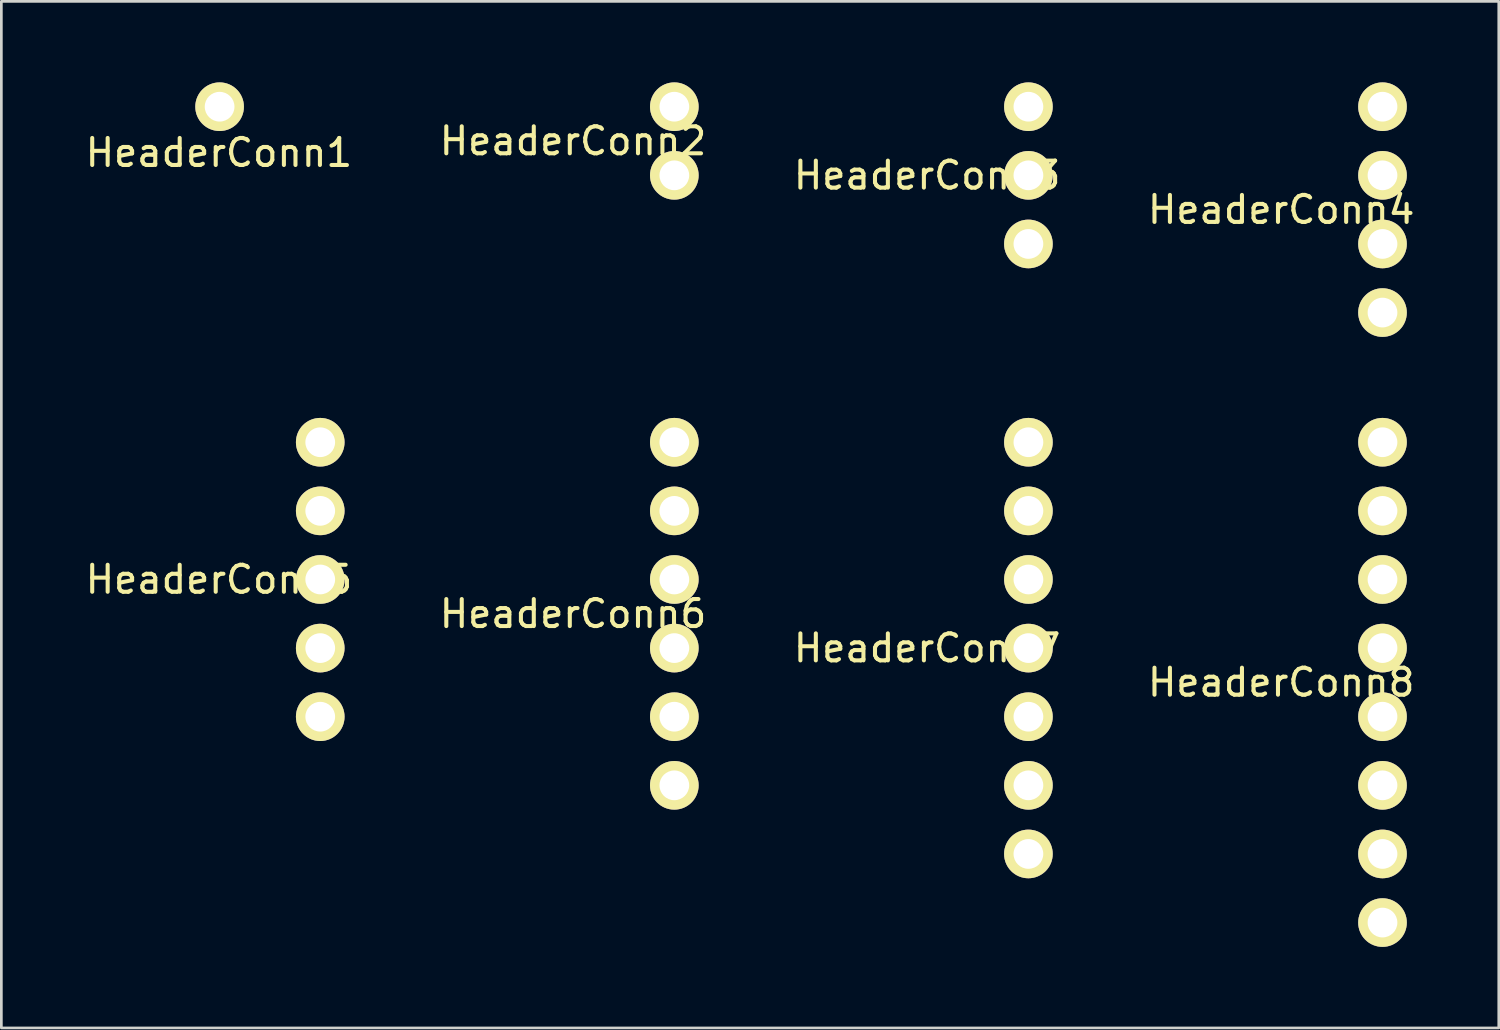
<source format=kicad_pcb>
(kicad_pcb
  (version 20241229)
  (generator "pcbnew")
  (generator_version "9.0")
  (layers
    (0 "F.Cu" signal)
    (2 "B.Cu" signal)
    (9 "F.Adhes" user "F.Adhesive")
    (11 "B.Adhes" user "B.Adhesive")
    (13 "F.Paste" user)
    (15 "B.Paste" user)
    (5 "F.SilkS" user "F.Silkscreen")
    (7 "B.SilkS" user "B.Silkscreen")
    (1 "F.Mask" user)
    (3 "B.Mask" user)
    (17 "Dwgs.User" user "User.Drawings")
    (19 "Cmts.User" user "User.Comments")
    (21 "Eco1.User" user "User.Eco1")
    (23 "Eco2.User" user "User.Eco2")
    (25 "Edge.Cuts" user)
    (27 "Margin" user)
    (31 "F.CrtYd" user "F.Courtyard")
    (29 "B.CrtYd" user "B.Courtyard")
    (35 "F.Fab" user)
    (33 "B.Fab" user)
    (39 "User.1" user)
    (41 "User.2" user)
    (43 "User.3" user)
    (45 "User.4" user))
  (footprint "HeaderConn5"
    (layer "F.Cu")
    (at 8.804 18.4)
    (property "Reference" "HeaderConn5" (at -3.75 0 0) (layer "F.SilkS") (effects (font (size 1 1) (thickness 0.15))))
    (attr through_hole)
    (pad "1" thru_hole circle (at 0 -5.08) (size 1.8 1.8) (drill 1.1) (layers "*.Cu" "*.Mask" "F.SilkS"))
    (pad "2" thru_hole circle (at 0 -2.54) (size 1.8 1.8) (drill 1.1) (layers "*.Cu" "*.Mask" "F.SilkS"))
    (pad "3" thru_hole circle (at 0 0) (size 1.8 1.8) (drill 1.1) (layers "*.Cu" "*.Mask" "F.SilkS"))
    (pad "4" thru_hole circle (at 0 2.54) (size 1.8 1.8) (drill 1.1) (layers "*.Cu" "*.Mask" "F.SilkS"))
    (pad "5" thru_hole circle (at 0 5.08) (size 1.8 1.8) (drill 1.1) (layers "*.Cu" "*.Mask" "F.SilkS")))
  (footprint "HeaderConn2"
    (layer "F.Cu")
    (at 21.911 2.17)
    (property "Reference" "HeaderConn2" (at -3.75 0 0) (layer "F.SilkS") (effects (font (size 1 1) (thickness 0.15))))
    (attr through_hole)
    (pad "1" thru_hole circle (at 0 -1.27) (size 1.8 1.8) (drill 1.1) (layers "*.Cu" "*.Mask" "F.SilkS"))
    (pad "2" thru_hole circle (at 0 1.27) (size 1.8 1.8) (drill 1.1) (layers "*.Cu" "*.Mask" "F.SilkS")))
  (footprint "HeaderConn4"
    (layer "F.Cu")
    (at 48.125 4.71)
    (property "Reference" "HeaderConn4" (at -3.75 0 0) (layer "F.SilkS") (effects (font (size 1 1) (thickness 0.15))))
    (attr through_hole)
    (pad "1" thru_hole circle (at 0 -3.81) (size 1.8 1.8) (drill 1.1) (layers "*.Cu" "*.Mask" "F.SilkS"))
    (pad "2" thru_hole circle (at 0 -1.27) (size 1.8 1.8) (drill 1.1) (layers "*.Cu" "*.Mask" "F.SilkS"))
    (pad "3" thru_hole circle (at 0 1.27) (size 1.8 1.8) (drill 1.1) (layers "*.Cu" "*.Mask" "F.SilkS"))
    (pad "4" thru_hole circle (at 0 3.81) (size 1.8 1.8) (drill 1.1) (layers "*.Cu" "*.Mask" "F.SilkS")))
  (footprint "HeaderConn1"
    (layer "F.Cu")
    (at 5.079 0.9)
    (property "Reference" "HeaderConn1" (at -0.025 1.702 0) (layer "F.SilkS") (effects (font (size 1 1) (thickness 0.15))))
    (attr through_hole)
    (pad "1" thru_hole circle (at 0 0) (size 1.8 1.8) (drill 1.1) (layers "*.Cu" "*.Mask" "F.SilkS")))
  (footprint "HeaderConn8"
    (layer "F.Cu")
    (at 48.125 22.21)
    (property "Reference" "HeaderConn8" (at -3.75 0 0) (layer "F.SilkS") (effects (font (size 1 1) (thickness 0.15))))
    (attr through_hole)
    (pad "1" thru_hole circle (at 0 -8.89) (size 1.8 1.8) (drill 1.1) (layers "*.Cu" "*.Mask" "F.SilkS"))
    (pad "2" thru_hole circle (at 0 -6.35) (size 1.8 1.8) (drill 1.1) (layers "*.Cu" "*.Mask" "F.SilkS"))
    (pad "3" thru_hole circle (at 0 -3.81) (size 1.8 1.8) (drill 1.1) (layers "*.Cu" "*.Mask" "F.SilkS"))
    (pad "4" thru_hole circle (at 0 -1.27) (size 1.8 1.8) (drill 1.1) (layers "*.Cu" "*.Mask" "F.SilkS"))
    (pad "5" thru_hole circle (at 0 1.27) (size 1.8 1.8) (drill 1.1) (layers "*.Cu" "*.Mask" "F.SilkS"))
    (pad "6" thru_hole circle (at 0 3.81) (size 1.8 1.8) (drill 1.1) (layers "*.Cu" "*.Mask" "F.SilkS"))
    (pad "7" thru_hole circle (at 0 6.35) (size 1.8 1.8) (drill 1.1) (layers "*.Cu" "*.Mask" "F.SilkS"))
    (pad "8" thru_hole circle (at 0 8.89) (size 1.8 1.8) (drill 1.1) (layers "*.Cu" "*.Mask" "F.SilkS")))
  (footprint "HeaderConn7"
    (layer "F.Cu")
    (at 35.018 20.94)
    (property "Reference" "HeaderConn7" (at -3.75 0 0) (layer "F.SilkS") (effects (font (size 1 1) (thickness 0.15))))
    (attr through_hole)
    (pad "1" thru_hole circle (at 0 -7.62) (size 1.8 1.8) (drill 1.1) (layers "*.Cu" "*.Mask" "F.SilkS"))
    (pad "2" thru_hole circle (at 0 -5.08) (size 1.8 1.8) (drill 1.1) (layers "*.Cu" "*.Mask" "F.SilkS"))
    (pad "3" thru_hole circle (at 0 -2.54) (size 1.8 1.8) (drill 1.1) (layers "*.Cu" "*.Mask" "F.SilkS"))
    (pad "4" thru_hole circle (at 0 0) (size 1.8 1.8) (drill 1.1) (layers "*.Cu" "*.Mask" "F.SilkS"))
    (pad "5" thru_hole circle (at 0 2.54) (size 1.8 1.8) (drill 1.1) (layers "*.Cu" "*.Mask" "F.SilkS"))
    (pad "6" thru_hole circle (at 0 5.08) (size 1.8 1.8) (drill 1.1) (layers "*.Cu" "*.Mask" "F.SilkS"))
    (pad "7" thru_hole circle (at 0 7.62) (size 1.8 1.8) (drill 1.1) (layers "*.Cu" "*.Mask" "F.SilkS")))
  (footprint "HeaderConn3"
    (layer "F.Cu")
    (at 35.018 3.44)
    (property "Reference" "HeaderConn3" (at -3.75 0 0) (layer "F.SilkS") (effects (font (size 1 1) (thickness 0.15))))
    (attr through_hole)
    (pad "1" thru_hole circle (at 0 -2.54) (size 1.8 1.8) (drill 1.1) (layers "*.Cu" "*.Mask" "F.SilkS"))
    (pad "2" thru_hole circle (at 0 0) (size 1.8 1.8) (drill 1.1) (layers "*.Cu" "*.Mask" "F.SilkS"))
    (pad "3" thru_hole circle (at 0 2.54) (size 1.8 1.8) (drill 1.1) (layers "*.Cu" "*.Mask" "F.SilkS")))
  (footprint "HeaderConn6"
    (layer "F.Cu")
    (at 21.911 19.67)
    (property "Reference" "HeaderConn6" (at -3.75 0 0) (layer "F.SilkS") (effects (font (size 1 1) (thickness 0.15))))
    (attr through_hole)
    (pad "1" thru_hole circle (at 0 -6.35) (size 1.8 1.8) (drill 1.1) (layers "*.Cu" "*.Mask" "F.SilkS"))
    (pad "2" thru_hole circle (at 0 -3.81) (size 1.8 1.8) (drill 1.1) (layers "*.Cu" "*.Mask" "F.SilkS"))
    (pad "3" thru_hole circle (at 0 -1.27) (size 1.8 1.8) (drill 1.1) (layers "*.Cu" "*.Mask" "F.SilkS"))
    (pad "4" thru_hole circle (at 0 1.27) (size 1.8 1.8) (drill 1.1) (layers "*.Cu" "*.Mask" "F.SilkS"))
    (pad "5" thru_hole circle (at 0 3.81) (size 1.8 1.8) (drill 1.1) (layers "*.Cu" "*.Mask" "F.SilkS"))
    (pad "6" thru_hole circle (at 0 6.35) (size 1.8 1.8) (drill 1.1) (layers "*.Cu" "*.Mask" "F.SilkS")))
  (gr_rect
    (start -3 -3)
    (end 52.429 35)
    (stroke (width 0.1) (type default))
    (fill no)
    (layer "Edge.Cuts")))
</source>
